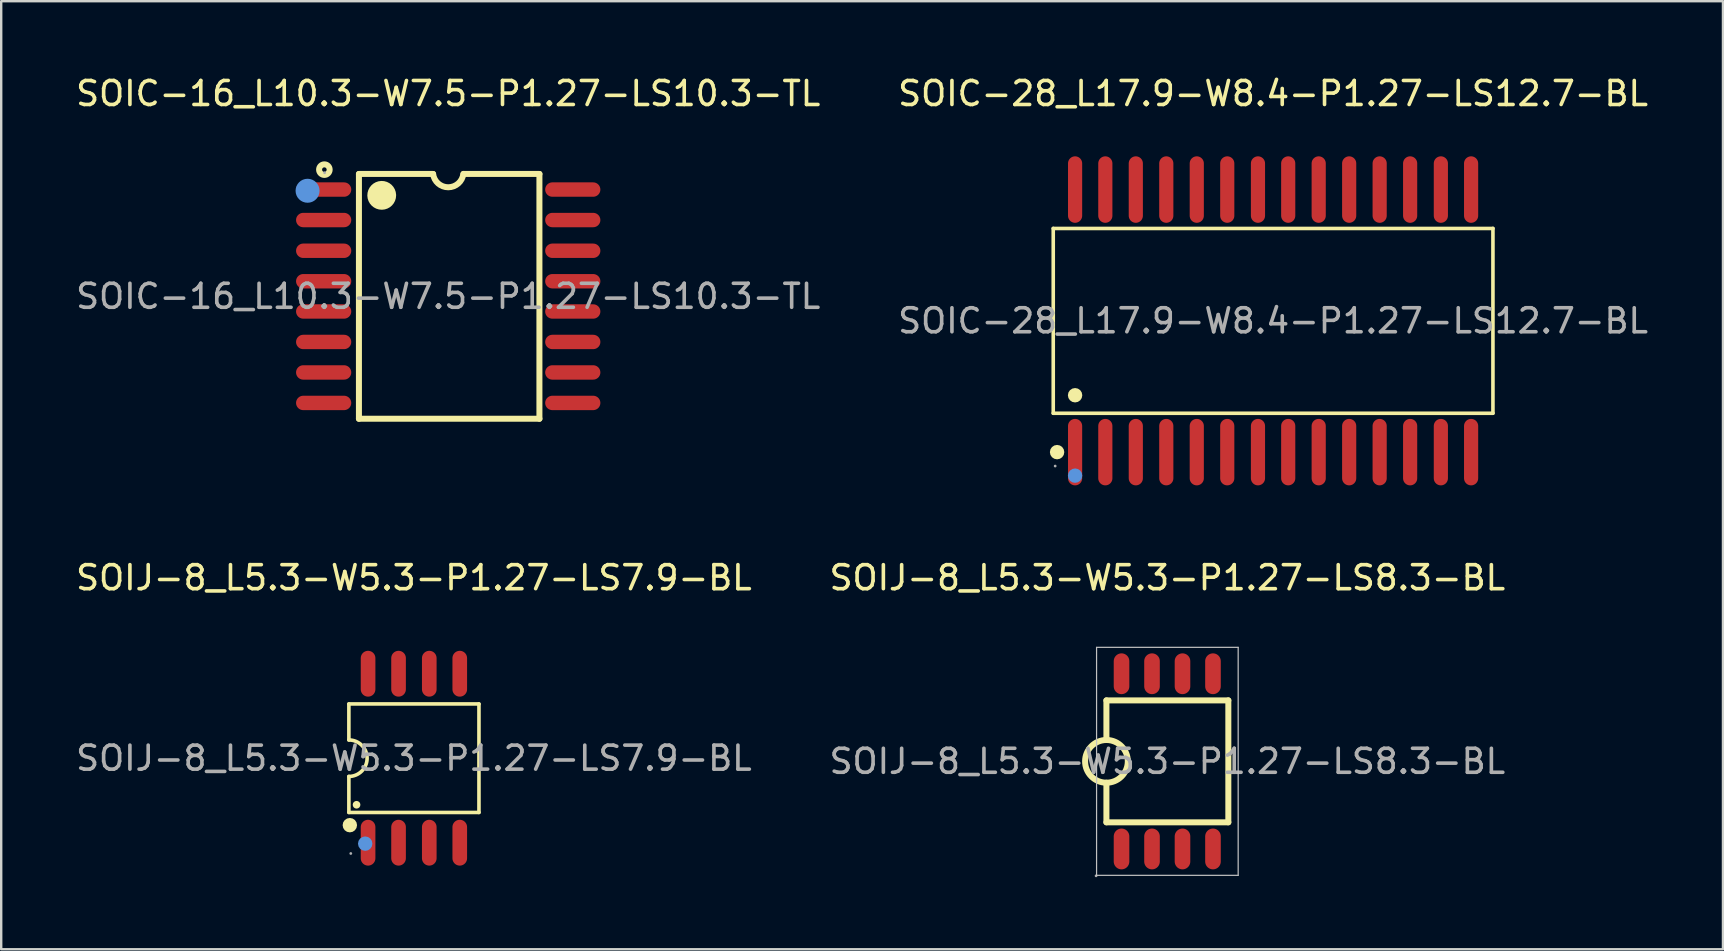
<source format=kicad_pcb>
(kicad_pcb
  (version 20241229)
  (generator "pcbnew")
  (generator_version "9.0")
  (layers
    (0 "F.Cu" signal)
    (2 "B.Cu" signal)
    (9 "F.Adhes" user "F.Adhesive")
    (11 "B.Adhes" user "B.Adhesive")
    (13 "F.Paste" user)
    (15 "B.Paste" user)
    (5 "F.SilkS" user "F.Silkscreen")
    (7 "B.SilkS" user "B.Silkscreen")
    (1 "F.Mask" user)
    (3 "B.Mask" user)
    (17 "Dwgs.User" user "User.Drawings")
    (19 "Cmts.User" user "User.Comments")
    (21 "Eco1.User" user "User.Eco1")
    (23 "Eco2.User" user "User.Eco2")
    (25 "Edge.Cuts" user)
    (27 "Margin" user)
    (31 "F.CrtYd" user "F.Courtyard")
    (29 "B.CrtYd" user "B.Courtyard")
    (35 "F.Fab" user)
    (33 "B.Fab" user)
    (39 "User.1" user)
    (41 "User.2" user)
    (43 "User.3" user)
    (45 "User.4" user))
  (footprint "SOIJ-8_L5.3-W5.3-P1.27-LS7.9-BL"
    (layer "F.Cu")
    (at 14.196 28.541)
    (property "Reference" "SOIJ-8_L5.3-W5.3-P1.27-LS7.9-BL" (at 0 -7.52 0) (layer "F.SilkS") (effects (font (size 1 1) (thickness 0.15))))
    (attr through_hole)
    (fp_line (start -2.71 -2.26) (end 2.71 -2.26) (stroke (width 0.15) (type solid)) (layer "F.SilkS"))
    (fp_line (start -2.71 -0.76) (end -2.71 -2.26) (stroke (width 0.15) (type solid)) (layer "F.SilkS"))
    (fp_line (start -2.71 0.76) (end -2.71 2.26) (stroke (width 0.15) (type solid)) (layer "F.SilkS"))
    (fp_line (start 2.71 -2.26) (end 2.71 2.26) (stroke (width 0.15) (type solid)) (layer "F.SilkS"))
    (fp_line (start 2.71 2.26) (end -2.71 2.26) (stroke (width 0.15) (type solid)) (layer "F.SilkS"))
    (fp_arc (start -2.71 -0.76) (mid -1.95 0) (end -2.71 0.76) (stroke (width 0.15) (type solid)) (layer "F.SilkS"))
    (fp_circle (center -2.67 2.79) (end -2.52 2.79) (stroke (width 0.3) (type solid)) (fill no) (layer "F.SilkS"))
    (fp_circle (center -2.39 1.94) (end -2.31 1.94) (stroke (width 0.16) (type solid)) (fill no) (layer "F.SilkS"))
    (fp_circle (center -2.03 3.56) (end -1.88 3.56) (stroke (width 0.3) (type solid)) (fill no) (layer "Cmts.User"))
    (fp_circle (center -2.63 3.97) (end -2.6 3.97) (stroke (width 0.06) (type solid)) (fill no) (layer "F.Fab"))
    (fp_text user "${REFERENCE}" (at 0 0 0) (layer "F.Fab") (effects (font (size 1 1) (thickness 0.15))))
    (pad "1" smd oval (at -1.91 3.52) (size 0.61 1.91) (layers "F.Cu" "F.Mask" "F.Paste"))
    (pad "2" smd oval (at -0.64 3.52) (size 0.61 1.91) (layers "F.Cu" "F.Mask" "F.Paste"))
    (pad "3" smd oval (at 0.64 3.52) (size 0.61 1.91) (layers "F.Cu" "F.Mask" "F.Paste"))
    (pad "4" smd oval (at 1.91 3.52) (size 0.61 1.91) (layers "F.Cu" "F.Mask" "F.Paste"))
    (pad "5" smd oval (at 1.91 -3.52) (size 0.61 1.91) (layers "F.Cu" "F.Mask" "F.Paste"))
    (pad "6" smd oval (at 0.64 -3.52) (size 0.61 1.91) (layers "F.Cu" "F.Mask" "F.Paste"))
    (pad "7" smd oval (at -0.64 -3.52) (size 0.61 1.91) (layers "F.Cu" "F.Mask" "F.Paste"))
    (pad "8" smd oval (at -1.91 -3.52) (size 0.61 1.91) (layers "F.Cu" "F.Mask" "F.Paste")))
  (footprint "SOIJ-8_L5.3-W5.3-P1.27-LS8.3-BL"
    (layer "F.Cu")
    (at 45.589 28.672)
    (property "Reference" "SOIJ-8_L5.3-W5.3-P1.27-LS8.3-BL" (at 0 -7.65 0) (layer "F.SilkS") (effects (font (size 1 1) (thickness 0.15))))
    (attr through_hole)
    (fp_line (start -2.54 -2.54) (end 2.54 -2.54) (stroke (width 0.25) (type solid)) (layer "F.SilkS"))
    (fp_line (start -2.54 -0.89) (end -2.54 -2.54) (stroke (width 0.25) (type solid)) (layer "F.SilkS"))
    (fp_line (start -2.54 2.54) (end -2.54 0.89) (stroke (width 0.25) (type solid)) (layer "F.SilkS"))
    (fp_line (start 2.54 -2.54) (end 2.54 2.54) (stroke (width 0.25) (type solid)) (layer "F.SilkS"))
    (fp_line (start 2.54 2.54) (end -2.54 2.54) (stroke (width 0.25) (type solid)) (layer "F.SilkS"))
    (fp_arc (start -2.524467 -0.889864) (mid -2.547767 0.889966) (end -2.54 -0.89) (stroke (width 0.25) (type solid)) (layer "F.SilkS"))
    (fp_line (start -2.95 -4.75) (end -2.95 4.75) (stroke (width 0.05) (type solid)) (layer "Dwgs.User"))
    (fp_line (start -2.95 4.75) (end 2.95 4.75) (stroke (width 0.05) (type solid)) (layer "Dwgs.User"))
    (fp_line (start 2.95 -4.75) (end -2.95 -4.75) (stroke (width 0.05) (type solid)) (layer "Dwgs.User"))
    (fp_line (start 2.95 4.75) (end 2.95 -4.75) (stroke (width 0.05) (type solid)) (layer "Dwgs.User"))
    (fp_circle (center -2.97 4.77) (end -2.94 4.77) (stroke (width 0.06) (type solid)) (fill no) (layer "F.Fab"))
    (fp_text user "${REFERENCE}" (at 0 0 0) (layer "F.Fab") (effects (font (size 1 1) (thickness 0.15))))
    (pad "1" smd oval (at -1.91 3.65 90) (size 1.7 0.65) (layers "F.Cu" "F.Mask" "F.Paste"))
    (pad "2" smd oval (at -0.64 3.65 90) (size 1.7 0.65) (layers "F.Cu" "F.Mask" "F.Paste"))
    (pad "3" smd oval (at 0.63 3.65 90) (size 1.7 0.65) (layers "F.Cu" "F.Mask" "F.Paste"))
    (pad "4" smd oval (at 1.9 3.65 90) (size 1.7 0.65) (layers "F.Cu" "F.Mask" "F.Paste"))
    (pad "5" smd oval (at 1.9 -3.65 90) (size 1.7 0.65) (layers "F.Cu" "F.Mask" "F.Paste"))
    (pad "6" smd oval (at 0.63 -3.65 90) (size 1.7 0.65) (layers "F.Cu" "F.Mask" "F.Paste"))
    (pad "7" smd oval (at -0.64 -3.65 90) (size 1.7 0.65) (layers "F.Cu" "F.Mask" "F.Paste"))
    (pad "8" smd oval (at -1.91 -3.65 90) (size 1.7 0.65) (layers "F.Cu" "F.Mask" "F.Paste")))
  (footprint "SOIC-28_L17.9-W8.4-P1.27-LS12.7-BL"
    (layer "F.Cu")
    (at 49.994 10.318)
    (property "Reference" "SOIC-28_L17.9-W8.4-P1.27-LS12.7-BL" (at 0 -9.47 0) (layer "F.SilkS") (effects (font (size 1 1) (thickness 0.15))))
    (attr through_hole)
    (fp_line (start -9.16 -3.85) (end 9.16 -3.85) (stroke (width 0.15) (type solid)) (layer "F.SilkS"))
    (fp_line (start -9.16 3.85) (end -9.16 -3.85) (stroke (width 0.15) (type solid)) (layer "F.SilkS"))
    (fp_line (start 9.16 -3.85) (end 9.16 3.85) (stroke (width 0.15) (type solid)) (layer "F.SilkS"))
    (fp_line (start 9.16 3.85) (end -9.16 3.85) (stroke (width 0.15) (type solid)) (layer "F.SilkS"))
    (fp_circle (center -9 5.47) (end -8.85 5.47) (stroke (width 0.3) (type solid)) (fill no) (layer "F.SilkS"))
    (fp_circle (center -8.25 3.1) (end -8.1 3.1) (stroke (width 0.3) (type solid)) (fill no) (layer "F.SilkS"))
    (fp_circle (center -8.25 6.45) (end -8.1 6.45) (stroke (width 0.3) (type solid)) (fill no) (layer "Cmts.User"))
    (fp_circle (center -9.08 6.05) (end -9.05 6.05) (stroke (width 0.06) (type solid)) (fill no) (layer "F.Fab"))
    (fp_text user "${REFERENCE}" (at 0 0 0) (layer "F.Fab") (effects (font (size 1 1) (thickness 0.15))))
    (pad "1" smd oval (at -8.25 5.47) (size 0.59 2.77) (layers "F.Cu" "F.Mask" "F.Paste"))
    (pad "2" smd oval (at -6.99 5.47) (size 0.59 2.77) (layers "F.Cu" "F.Mask" "F.Paste"))
    (pad "3" smd oval (at -5.72 5.47) (size 0.59 2.77) (layers "F.Cu" "F.Mask" "F.Paste"))
    (pad "4" smd oval (at -4.45 5.47) (size 0.59 2.77) (layers "F.Cu" "F.Mask" "F.Paste"))
    (pad "5" smd oval (at -3.18 5.47) (size 0.59 2.77) (layers "F.Cu" "F.Mask" "F.Paste"))
    (pad "6" smd oval (at -1.91 5.47) (size 0.59 2.77) (layers "F.Cu" "F.Mask" "F.Paste"))
    (pad "7" smd oval (at -0.63 5.47) (size 0.59 2.77) (layers "F.Cu" "F.Mask" "F.Paste"))
    (pad "8" smd oval (at 0.63 5.47) (size 0.59 2.77) (layers "F.Cu" "F.Mask" "F.Paste"))
    (pad "9" smd oval (at 1.9 5.47) (size 0.59 2.77) (layers "F.Cu" "F.Mask" "F.Paste"))
    (pad "10" smd oval (at 3.17 5.47) (size 0.59 2.77) (layers "F.Cu" "F.Mask" "F.Paste"))
    (pad "11" smd oval (at 4.44 5.47) (size 0.59 2.77) (layers "F.Cu" "F.Mask" "F.Paste"))
    (pad "12" smd oval (at 5.71 5.47) (size 0.59 2.77) (layers "F.Cu" "F.Mask" "F.Paste"))
    (pad "13" smd oval (at 6.99 5.47) (size 0.59 2.77) (layers "F.Cu" "F.Mask" "F.Paste"))
    (pad "14" smd oval (at 8.25 5.47) (size 0.59 2.77) (layers "F.Cu" "F.Mask" "F.Paste"))
    (pad "15" smd oval (at 8.25 -5.47) (size 0.59 2.77) (layers "F.Cu" "F.Mask" "F.Paste"))
    (pad "16" smd oval (at 6.99 -5.47) (size 0.59 2.77) (layers "F.Cu" "F.Mask" "F.Paste"))
    (pad "17" smd oval (at 5.71 -5.47) (size 0.59 2.77) (layers "F.Cu" "F.Mask" "F.Paste"))
    (pad "18" smd oval (at 4.44 -5.47) (size 0.59 2.77) (layers "F.Cu" "F.Mask" "F.Paste"))
    (pad "19" smd oval (at 3.17 -5.47) (size 0.59 2.77) (layers "F.Cu" "F.Mask" "F.Paste"))
    (pad "20" smd oval (at 1.9 -5.47) (size 0.59 2.77) (layers "F.Cu" "F.Mask" "F.Paste"))
    (pad "21" smd oval (at 0.63 -5.47) (size 0.59 2.77) (layers "F.Cu" "F.Mask" "F.Paste"))
    (pad "22" smd oval (at -0.63 -5.47) (size 0.59 2.77) (layers "F.Cu" "F.Mask" "F.Paste"))
    (pad "23" smd oval (at -1.91 -5.47) (size 0.59 2.77) (layers "F.Cu" "F.Mask" "F.Paste"))
    (pad "24" smd oval (at -3.18 -5.47) (size 0.59 2.77) (layers "F.Cu" "F.Mask" "F.Paste"))
    (pad "25" smd oval (at -4.45 -5.47) (size 0.59 2.77) (layers "F.Cu" "F.Mask" "F.Paste"))
    (pad "26" smd oval (at -5.72 -5.47) (size 0.59 2.77) (layers "F.Cu" "F.Mask" "F.Paste"))
    (pad "27" smd oval (at -6.99 -5.47) (size 0.59 2.77) (layers "F.Cu" "F.Mask" "F.Paste"))
    (pad "28" smd oval (at -8.25 -5.47) (size 0.59 2.77) (layers "F.Cu" "F.Mask" "F.Paste")))
  (footprint "SOIC-16_L10.3-W7.5-P1.27-LS10.3-TL"
    (layer "F.Cu")
    (at 15.625 9.298)
    (property "Reference" "SOIC-16_L10.3-W7.5-P1.27-LS10.3-TL" (at 0 -8.45 0) (layer "F.SilkS") (effects (font (size 1 1) (thickness 0.15))))
    (attr through_hole)
    (fp_line (start -3.72 -5.1) (end -3.72 5.1) (stroke (width 0.25) (type solid)) (layer "F.SilkS"))
    (fp_line (start -3.72 -5.1) (end -0.63 -5.1) (stroke (width 0.25) (type solid)) (layer "F.SilkS"))
    (fp_line (start -3.72 5.1) (end 3.8 5.1) (stroke (width 0.25) (type solid)) (layer "F.SilkS"))
    (fp_line (start 3.8 -5.1) (end 0.64 -5.1) (stroke (width 0.25) (type solid)) (layer "F.SilkS"))
    (fp_line (start 3.8 5.1) (end 3.8 -5.1) (stroke (width 0.25) (type solid)) (layer "F.SilkS"))
    (fp_arc (start -2.47 -4.21) (mid -3.069958 -4.205) (end -2.470167 -4.219999) (stroke (width 0.6) (type solid)) (layer "F.SilkS"))
    (fp_arc (start 0.630199 -5.101582) (mid 0.000797 -4.544941) (end -0.63 -5.1) (stroke (width 0.25) (type solid)) (layer "F.SilkS"))
    (fp_circle (center -5.16 -5.28) (end -4.94 -5.28) (stroke (width 0.25) (type solid)) (fill no) (layer "F.SilkS"))
    (fp_circle (center -5.86 -4.4) (end -5.61 -4.4) (stroke (width 0.5) (type solid)) (fill no) (layer "Cmts.User"))
    (fp_circle (center -5.15 -5.15) (end -5.12 -5.15) (stroke (width 0.06) (type solid)) (fill no) (layer "F.Fab"))
    (fp_text user "${REFERENCE}" (at 0 0 0) (layer "F.Fab") (effects (font (size 1 1) (thickness 0.15))))
    (pad "1" smd oval (at -5.19 -4.45) (size 2.3 0.6) (layers "F.Cu" "F.Mask" "F.Paste"))
    (pad "2" smd oval (at -5.19 -3.18) (size 2.3 0.6) (layers "F.Cu" "F.Mask" "F.Paste"))
    (pad "3" smd oval (at -5.19 -1.9) (size 2.3 0.6) (layers "F.Cu" "F.Mask" "F.Paste"))
    (pad "4" smd oval (at -5.19 -0.63) (size 2.3 0.6) (layers "F.Cu" "F.Mask" "F.Paste"))
    (pad "5" smd oval (at -5.19 0.63) (size 2.3 0.6) (layers "F.Cu" "F.Mask" "F.Paste"))
    (pad "6" smd oval (at -5.19 1.9) (size 2.3 0.6) (layers "F.Cu" "F.Mask" "F.Paste"))
    (pad "7" smd oval (at -5.19 3.17) (size 2.3 0.6) (layers "F.Cu" "F.Mask" "F.Paste"))
    (pad "8" smd oval (at -5.19 4.44) (size 2.3 0.6) (layers "F.Cu" "F.Mask" "F.Paste"))
    (pad "9" smd oval (at 5.19 4.44) (size 2.3 0.6) (layers "F.Cu" "F.Mask" "F.Paste"))
    (pad "10" smd oval (at 5.19 3.17) (size 2.3 0.6) (layers "F.Cu" "F.Mask" "F.Paste"))
    (pad "11" smd oval (at 5.19 1.9) (size 2.3 0.6) (layers "F.Cu" "F.Mask" "F.Paste"))
    (pad "12" smd oval (at 5.19 0.63) (size 2.3 0.6) (layers "F.Cu" "F.Mask" "F.Paste"))
    (pad "13" smd oval (at 5.19 -0.63) (size 2.3 0.6) (layers "F.Cu" "F.Mask" "F.Paste"))
    (pad "14" smd oval (at 5.19 -1.9) (size 2.3 0.6) (layers "F.Cu" "F.Mask" "F.Paste"))
    (pad "15" smd oval (at 5.19 -3.18) (size 2.3 0.6) (layers "F.Cu" "F.Mask" "F.Paste"))
    (pad "16" smd oval (at 5.19 -4.45) (size 2.3 0.6) (layers "F.Cu" "F.Mask" "F.Paste")))
  (gr_rect
    (start -3 -3)
    (end 68.738 36.502)
    (stroke (width 0.1) (type default))
    (fill no)
    (layer "Edge.Cuts")))
</source>
